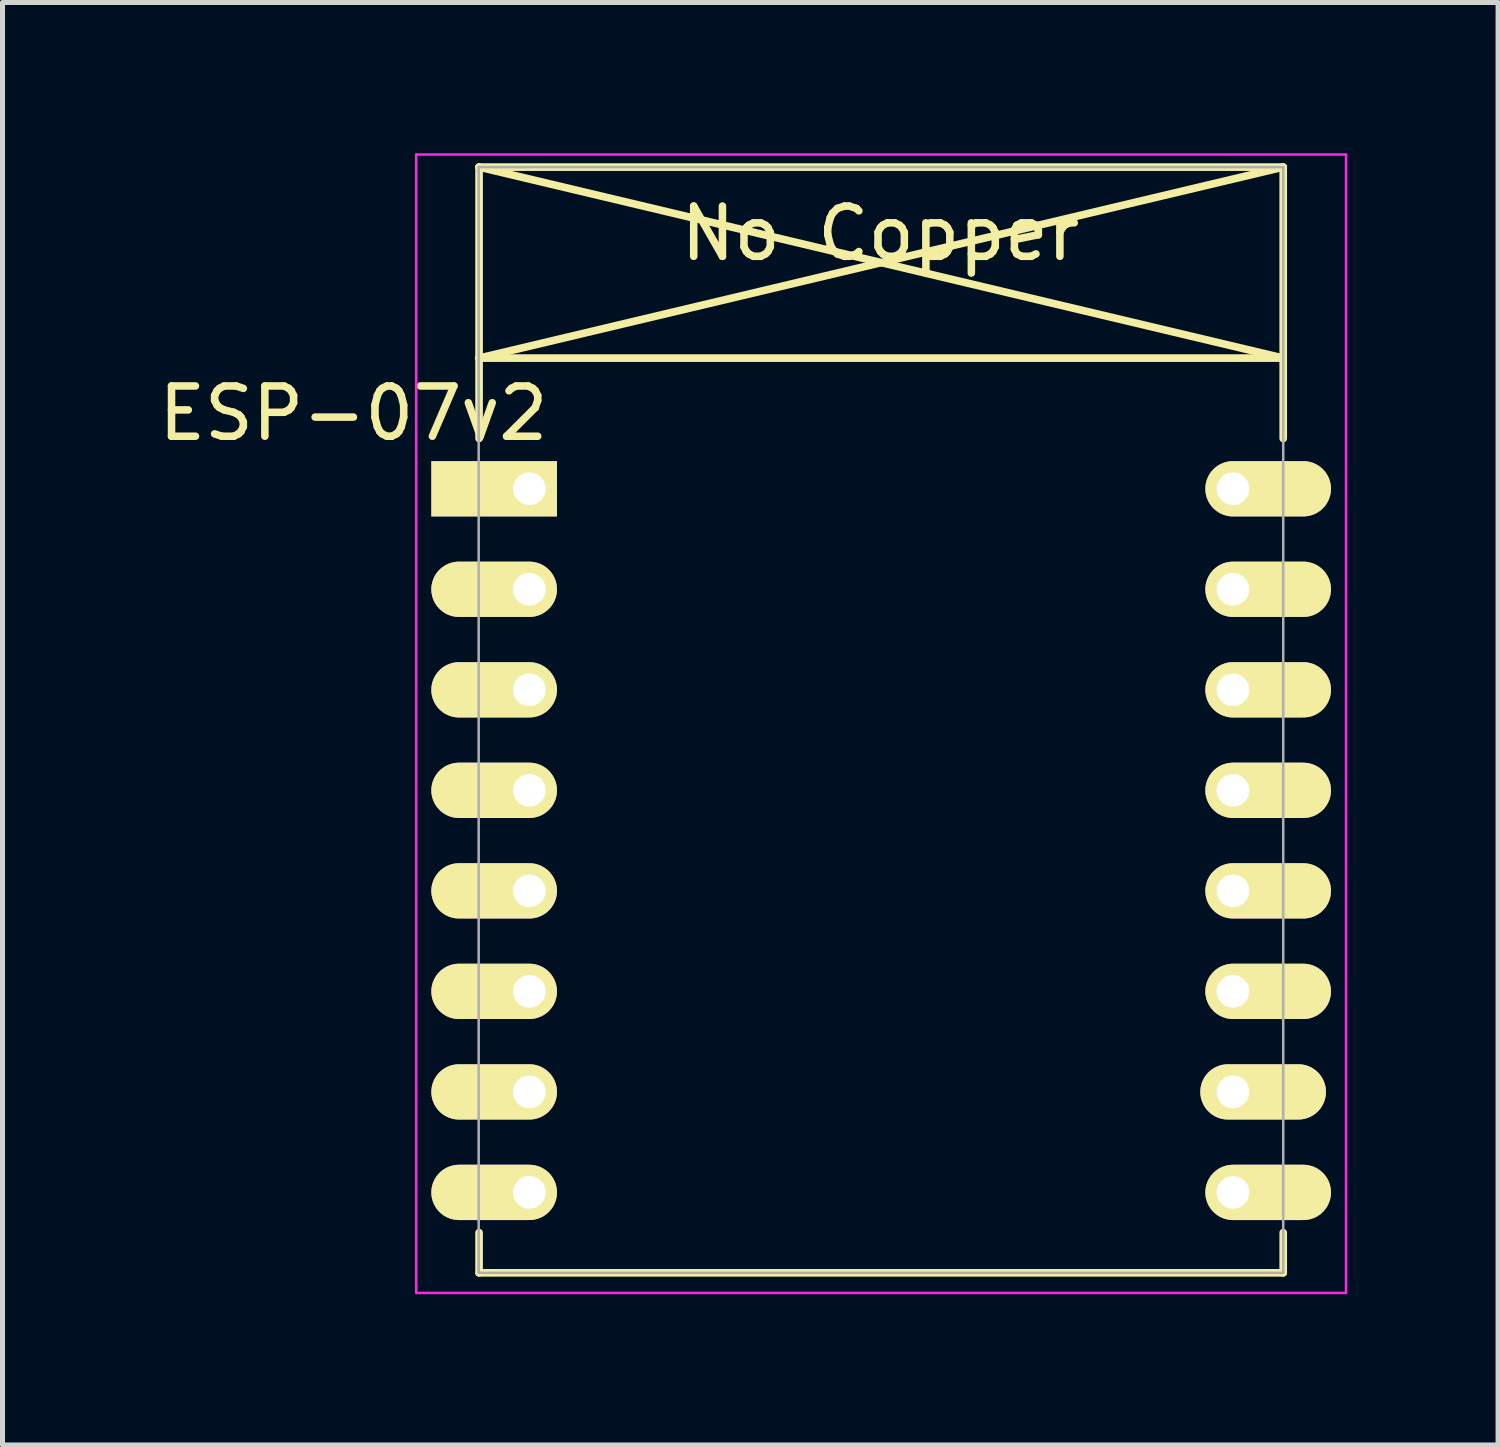
<source format=kicad_pcb>
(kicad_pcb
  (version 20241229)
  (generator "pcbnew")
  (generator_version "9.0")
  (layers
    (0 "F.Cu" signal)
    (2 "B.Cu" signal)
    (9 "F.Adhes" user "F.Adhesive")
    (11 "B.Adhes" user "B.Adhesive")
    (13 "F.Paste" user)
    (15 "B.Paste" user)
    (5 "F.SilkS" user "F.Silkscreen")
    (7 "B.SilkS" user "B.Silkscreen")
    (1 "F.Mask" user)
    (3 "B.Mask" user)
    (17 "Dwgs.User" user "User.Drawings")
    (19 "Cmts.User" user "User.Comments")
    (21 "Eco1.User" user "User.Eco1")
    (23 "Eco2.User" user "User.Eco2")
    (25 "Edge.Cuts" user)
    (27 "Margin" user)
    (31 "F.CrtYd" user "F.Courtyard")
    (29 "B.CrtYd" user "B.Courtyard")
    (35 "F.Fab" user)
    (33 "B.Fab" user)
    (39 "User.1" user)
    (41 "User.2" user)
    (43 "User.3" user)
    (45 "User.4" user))
  (footprint "ESP-07v2"
    (layer "F.Cu")
    (at 7.482 6.675)
    (property "Reference" "ESP-07v2" (at -3.5 -1.5 0) (layer "F.SilkS") (effects (font (size 1 1) (thickness 0.15))))
    (attr through_hole)
    (fp_line (start -1.008 -2.6) (end 14.992 -2.6) (stroke (width 0.152) (type solid)) (layer "F.SilkS"))
    (fp_line (start -1 -6.4) (end -1 -1) (stroke (width 0.152) (type solid)) (layer "F.SilkS"))
    (fp_line (start -1 -6.4) (end 15 -6.4) (stroke (width 0.152) (type solid)) (layer "F.SilkS"))
    (fp_line (start -1 -6.4) (end 15 -2.6) (stroke (width 0.152) (type solid)) (layer "F.SilkS"))
    (fp_line (start -1 14.8) (end -1 15.6) (stroke (width 0.152) (type solid)) (layer "F.SilkS"))
    (fp_line (start -1 15.6) (end 15 15.6) (stroke (width 0.152) (type solid)) (layer "F.SilkS"))
    (fp_line (start 15 -6.4) (end -1 -2.6) (stroke (width 0.152) (type solid)) (layer "F.SilkS"))
    (fp_line (start 15 -6.4) (end 15 -1) (stroke (width 0.152) (type solid)) (layer "F.SilkS"))
    (fp_line (start 15 15.6) (end 15 14.8) (stroke (width 0.152) (type solid)) (layer "F.SilkS"))
    (fp_line (start -2.25 -6.65) (end 16.25 -6.65) (stroke (width 0.05) (type solid)) (layer "F.CrtYd"))
    (fp_line (start -2.25 -0.5) (end -2.25 -6.65) (stroke (width 0.05) (type solid)) (layer "F.CrtYd"))
    (fp_line (start -2.25 16) (end -2.25 -0.5) (stroke (width 0.05) (type solid)) (layer "F.CrtYd"))
    (fp_line (start 16.25 -6.65) (end 16.25 16) (stroke (width 0.05) (type solid)) (layer "F.CrtYd"))
    (fp_line (start 16.25 16) (end -2.25 16) (stroke (width 0.05) (type solid)) (layer "F.CrtYd"))
    (fp_line (start -1.008 15.6) (end -1.008 -6.4) (stroke (width 0.05) (type solid)) (layer "F.Fab"))
    (fp_line (start -1 -6.4) (end 15 -6.4) (stroke (width 0.05) (type solid)) (layer "F.Fab"))
    (fp_line (start 15 -6.4) (end 15 15.6) (stroke (width 0.05) (type solid)) (layer "F.Fab"))
    (fp_line (start 15 15.6) (end -1 15.6) (stroke (width 0.05) (type solid)) (layer "F.Fab"))
    (fp_text user "No Copper" (at 6.985 -5.08 0) (layer "F.SilkS") (effects (font (size 1 1) (thickness 0.15))))
    (pad "1" thru_hole rect (at 0 0) (size 2.5 1.1) (drill 0.65 (offset -0.7 0)) (layers "*.Cu" "*.Mask" "F.SilkS" "F.Paste"))
    (pad "2" thru_hole oval (at 0 2) (size 2.5 1.1) (drill 0.65 (offset -0.7 0)) (layers "*.Cu" "*.Mask" "F.SilkS" "F.Paste"))
    (pad "3" thru_hole oval (at 0 4) (size 2.5 1.1) (drill 0.65 (offset -0.7 0)) (layers "*.Cu" "*.Mask" "F.SilkS" "F.Paste"))
    (pad "4" thru_hole oval (at 0 6) (size 2.5 1.1) (drill 0.65 (offset -0.7 0)) (layers "*.Cu" "*.Mask" "F.SilkS" "F.Paste"))
    (pad "5" thru_hole oval (at 0 8) (size 2.5 1.1) (drill 0.65 (offset -0.7 0)) (layers "*.Cu" "*.Mask" "F.SilkS" "F.Paste"))
    (pad "6" thru_hole oval (at 0 10) (size 2.5 1.1) (drill 0.65 (offset -0.7 0)) (layers "*.Cu" "*.Mask" "F.SilkS" "F.Paste"))
    (pad "7" thru_hole oval (at 0 12) (size 2.5 1.1) (drill 0.65 (offset -0.7 0)) (layers "*.Cu" "*.Mask" "F.SilkS" "F.Paste"))
    (pad "8" thru_hole oval (at 0 14) (size 2.5 1.1) (drill 0.65 (offset -0.7 0)) (layers "*.Cu" "*.Mask" "F.SilkS" "F.Paste"))
    (pad "9" thru_hole oval (at 14 14) (size 2.5 1.1) (drill 0.65 (offset 0.7 0)) (layers "*.Cu" "*.Mask" "F.SilkS" "F.Paste"))
    (pad "10" thru_hole oval (at 14 12) (size 2.5 1.1) (drill 0.65 (offset 0.6 0)) (layers "*.Cu" "*.Mask" "F.SilkS" "F.Paste"))
    (pad "11" thru_hole oval (at 14 10) (size 2.5 1.1) (drill 0.65 (offset 0.7 0)) (layers "*.Cu" "*.Mask" "F.SilkS" "F.Paste"))
    (pad "12" thru_hole oval (at 14 8) (size 2.5 1.1) (drill 0.65 (offset 0.7 0)) (layers "*.Cu" "*.Mask" "F.SilkS" "F.Paste"))
    (pad "13" thru_hole oval (at 14 6) (size 2.5 1.1) (drill 0.65 (offset 0.7 0)) (layers "*.Cu" "*.Mask" "F.SilkS" "F.Paste"))
    (pad "14" thru_hole oval (at 14 4) (size 2.5 1.1) (drill 0.65 (offset 0.7 0)) (layers "*.Cu" "*.Mask" "F.SilkS" "F.Paste"))
    (pad "15" thru_hole oval (at 14 2) (size 2.5 1.1) (drill 0.65 (offset 0.7 0)) (layers "*.Cu" "*.Mask" "F.SilkS" "F.Paste"))
    (pad "16" thru_hole oval (at 14 0) (size 2.5 1.1) (drill 0.65 (offset 0.7 0)) (layers "*.Cu" "*.Mask" "F.SilkS" "F.Paste")))
  (gr_rect
    (start -3 -3)
    (end 26.757 25.7)
    (stroke (width 0.1) (type default))
    (fill no)
    (layer "Edge.Cuts")))
</source>
